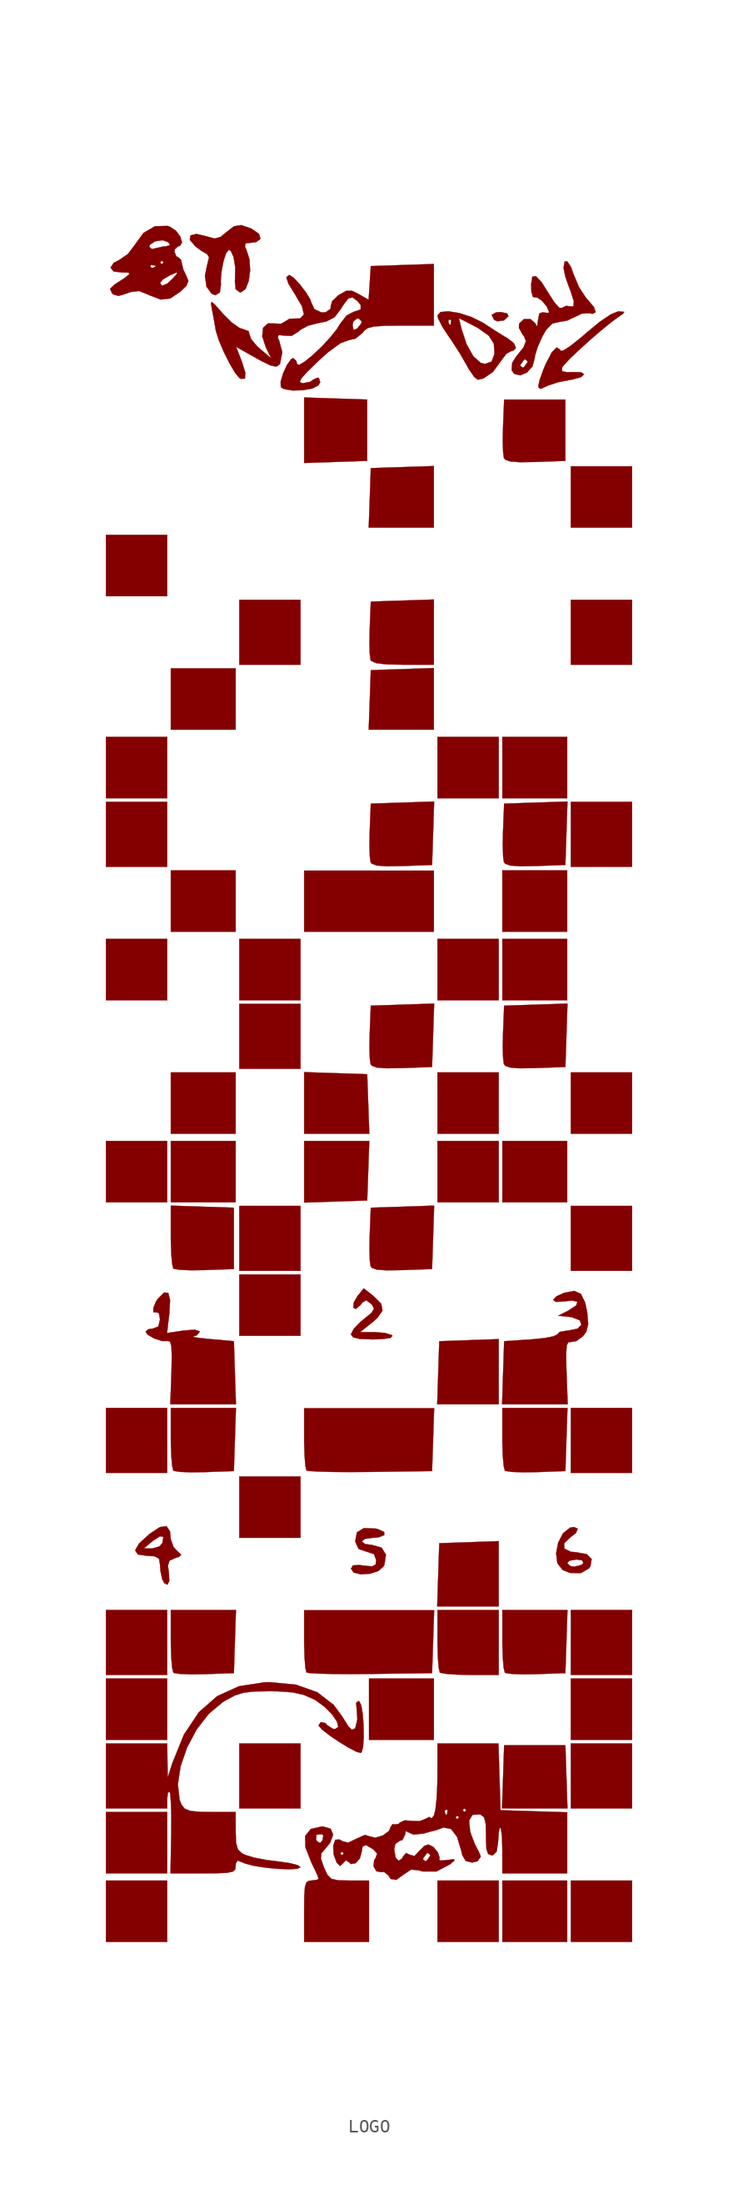
<source format=kicad_sym>
(kicad_symbol_lib
  (version 20220914)
  (generator bitmap2component)
  (symbol "LOGO"
    (pin_names
      (offset 1.016))
    (property "Reference" "#G"
      (at 0 63.676 0)
      (effects (font (size 1.27 1.27)) hide))
    (symbol "LOGO_0_0"
      (polyline (pts (xy -15.132 -62.014) (xy -15.132 -59.717) (xy -17.429 -59.717) (xy -19.726 -59.717) (xy -19.726 -62.014) (xy -19.726 -64.311) (xy -17.429 -64.311) (xy -15.132 -64.311) (xy -15.132 -62.014)) (stroke (width 0.01) (type default)) (fill (type outline)))
      (polyline (pts (xy 0 -62.014) (xy 0 -59.717) (xy -1.483 -59.717) (xy -2.295 -59.701) (xy -2.805 -59.594) (xy -3.105 -59.31) (xy -3.364 -58.761) (xy -3.4 -58.676) (xy -3.611 -58.059) (xy -3.562 -57.67) (xy -3.233 -57.275) (xy -2.919 -56.897) (xy -2.689 -56.282) (xy -2.874 -55.836) (xy -3.459 -55.664) (xy -3.538 -55.665) (xy -4.373 -55.857) (xy -4.785 -56.379) (xy -4.781 -56.632) (xy -3.974 -56.632) (xy -3.933 -56.278) (xy -3.538 -56.244) (xy -3.425 -56.336) (xy -3.488 -56.706) (xy -3.675 -56.912) (xy -3.911 -56.755) (xy -3.974 -56.632) (xy -4.781 -56.632) (xy -4.77 -57.218) (xy -4.323 -58.366) (xy -4.178 -58.657) (xy -3.895 -59.262) (xy -3.783 -59.571) (xy -3.884 -59.656) (xy -4.323 -59.717) (xy -4.504 -59.732) (xy -4.699 -59.862) (xy -4.807 -60.215) (xy -4.854 -60.897) (xy -4.864 -62.014) (xy -4.864 -64.311) (xy -2.432 -64.311) (xy 0 -64.311) (xy 0 -62.014)) (stroke (width 0.01) (type default)) (fill (type outline)))
      (polyline (pts (xy 9.728 -62.014) (xy 9.728 -59.717) (xy 7.431 -59.717) (xy 5.134 -59.717) (xy 5.134 -62.014) (xy 5.134 -64.311) (xy 7.431 -64.311) (xy 9.728 -64.311) (xy 9.728 -62.014)) (stroke (width 0.01) (type default)) (fill (type outline)))
      (polyline (pts (xy 14.862 -62.014) (xy 14.862 -59.717) (xy 12.43 -59.717) (xy 9.998 -59.717) (xy 9.998 -62.014) (xy 9.998 -64.311) (xy 12.43 -64.311) (xy 14.862 -64.311) (xy 14.862 -62.014)) (stroke (width 0.01) (type default)) (fill (type outline)))
      (polyline (pts (xy 19.726 -62.014) (xy 19.726 -59.717) (xy 17.429 -59.717) (xy 15.132 -59.717) (xy 15.132 -62.014) (xy 15.132 -64.311) (xy 17.429 -64.311) (xy 19.726 -64.311) (xy 19.726 -62.014)) (stroke (width 0.01) (type default)) (fill (type outline)))
      (polyline (pts (xy 2.657 -59.221) (xy 3.162 -58.89) (xy 3.799 -58.965) (xy 4.027 -59.036) (xy 5.063 -59.034) (xy 6.08 -58.495) (xy 6.404 -58.219) (xy 6.377 -58.115) (xy 5.868 -58.177) (xy 5.377 -58.221) (xy 5.25 -58.16) (xy 5.303 -58.024) (xy 5.166 -57.611) (xy 4.83 -57.201) (xy 4.451 -57.015) (xy 4.146 -57.123) (xy 3.729 -57.542) (xy 3.409 -57.881) (xy 3.054 -57.781) (xy 2.783 -57.651) (xy 2.542 -57.929) (xy 2.482 -58.059) (xy 2.381 -58.128) (xy 4.053 -58.128) (xy 4.063 -58.048) (xy 4.323 -57.69) (xy 4.427 -57.647) (xy 4.594 -57.794) (xy 4.583 -57.873) (xy 4.323 -58.231) (xy 4.22 -58.274) (xy 4.053 -58.128) (xy 2.381 -58.128) (xy 2.223 -58.237) (xy 1.992 -57.991) (xy 1.891 -57.404) (xy 1.97 -56.979) (xy 2.297 -56.745) (xy 2.508 -56.677) (xy 2.702 -56.285) (xy 2.757 -56.007) (xy 3 -56.123) (xy 3.327 -56.275) (xy 4.085 -56.195) (xy 4.09 -56.194) (xy 4.662 -56.035) (xy 4.936 -55.969) (xy 5.066 -55.933) (xy 5.511 -55.773) (xy 5.6 -55.744) (xy 6.152 -55.853) (xy 6.604 -56.443) (xy 6.917 -57.467) (xy 6.997 -57.814) (xy 7.254 -58.252) (xy 7.731 -58.366) (xy 8.136 -58.272) (xy 8.386 -57.916) (xy 8.191 -57.46) (xy 8.155 -57.414) (xy 7.929 -56.967) (xy 7.664 -56.279) (xy 7.583 -56.017) (xy 7.504 -55.231) (xy 7.759 -54.794) (xy 8.326 -54.762) (xy 8.367 -54.774) (xy 8.629 -54.98) (xy 8.752 -55.464) (xy 8.773 -56.355) (xy 8.771 -56.569) (xy 8.804 -57.345) (xy 8.934 -57.725) (xy 9.195 -57.825) (xy 9.303 -57.814) (xy 9.573 -57.543) (xy 9.677 -56.842) (xy 9.731 -56.083) (xy 9.814 -55.743) (xy 9.901 -55.87) (xy 9.97 -56.426) (xy 9.998 -57.375) (xy 9.998 -59.177) (xy 12.43 -59.177) (xy 14.862 -59.177) (xy 14.862 -56.89) (xy 14.862 -54.603) (xy 12.362 -54.526) (xy 9.863 -54.448) (xy 9.785 -51.948) (xy 9.707 -49.449) (xy 7.421 -49.449) (xy 5.134 -49.449) (xy 5.13 -51.948) (xy 5.123 -52.501) (xy 5.071 -53.582) (xy 4.98 -54.415) (xy 4.935 -54.583) (xy 5.675 -54.583) (xy 5.694 -54.44) (xy 5.855 -54.403) (xy 5.887 -54.442) (xy 5.886 -54.448) (xy 7.026 -54.448) (xy 7.161 -54.313) (xy 7.296 -54.448) (xy 7.161 -54.583) (xy 7.026 -54.448) (xy 5.886 -54.448) (xy 5.855 -54.763) (xy 5.773 -54.805) (xy 5.675 -54.583) (xy 4.935 -54.583) (xy 4.864 -54.853) (xy 4.756 -54.988) (xy 6.485 -54.988) (xy 6.62 -54.853) (xy 6.755 -54.988) (xy 6.62 -55.123) (xy 6.485 -54.988) (xy 4.756 -54.988) (xy 4.714 -55.042) (xy 4.598 -55.023) (xy 4.527 -54.945) (xy 4.214 -55.102) (xy 3.819 -55.264) (xy 3.163 -55.248) (xy 2.684 -55.207) (xy 2.308 -55.376) (xy 2.217 -55.479) (xy 1.873 -55.517) (xy 1.762 -55.485) (xy 1.619 -55.715) (xy 1.494 -56.005) (xy 1.035 -56.342) (xy 0.466 -56.509) (xy 0.033 -56.4) (xy -0.307 -56.298) (xy -0.95 -56.587) (xy -1.573 -56.879) (xy -2.002 -56.765) (xy -2.198 -56.646) (xy -2.524 -56.657) (xy -2.682 -57.095) (xy -2.652 -57.69) (xy -2.162 -57.69) (xy -2.027 -57.555) (xy -1.891 -57.69) (xy -2.027 -57.825) (xy -2.162 -57.69) (xy -2.652 -57.69) (xy -2.649 -57.765) (xy -2.428 -58.366) (xy -2.169 -58.625) (xy -1.925 -58.405) (xy -1.736 -58.202) (xy -1.496 -58.35) (xy -1.355 -58.478) (xy -1.004 -58.417) (xy -0.682 -58.054) (xy -0.54 -57.522) (xy -0.488 -57.167) (xy -0.22 -57.06) (xy 0.328 -57.384) (xy 0.609 -57.694) (xy 0.495 -58.033) (xy 0.386 -58.186) (xy 0.34 -58.645) (xy 0.551 -59.02) (xy 0.926 -59.087) (xy 1.126 -59.064) (xy 1.455 -59.329) (xy 1.62 -59.596) (xy 2.05 -59.662) (xy 2.657 -59.221)) (stroke (width 0.01) (type default)) (fill (type outline)))
      (polyline (pts (xy -15.132 -56.88) (xy -15.132 -54.583) (xy -17.429 -54.583) (xy -19.726 -54.583) (xy -19.726 -56.88) (xy -19.726 -59.177) (xy -17.429 -59.177) (xy -15.132 -59.177) (xy -15.132 -56.88)) (stroke (width 0.01) (type default)) (fill (type outline)))
      (polyline (pts (xy -11.435 -59.171) (xy -10.652 -59.136) (xy -10.22 -59.049) (xy -10.036 -58.887) (xy -9.998 -58.627) (xy -9.992 -58.452) (xy -9.861 -58.218) (xy -9.444 -58.373) (xy -9.305 -58.435) (xy -8.656 -58.608) (xy -7.789 -58.746) (xy -6.853 -58.838) (xy -5.998 -58.871) (xy -5.375 -58.834) (xy -5.134 -58.714) (xy -5.347 -58.564) (xy -5.965 -58.405) (xy -6.846 -58.284) (xy -7.662 -58.182) (xy -8.622 -57.998) (xy -9.278 -57.796) (xy -9.536 -57.666) (xy -9.838 -57.377) (xy -9.969 -56.887) (xy -9.998 -56.026) (xy -9.998 -54.583) (xy -11.88 -54.583) (xy -12.666 -54.572) (xy -13.392 -54.503) (xy -13.806 -54.343) (xy -14.042 -54.06) (xy -14.203 -53.667) (xy -14.333 -52.508) (xy -14.13 -51.162) (xy -13.642 -49.75) (xy -12.92 -48.396) (xy -12.011 -47.223) (xy -10.965 -46.352) (xy -10.774 -46.236) (xy -10.073 -45.859) (xy -9.415 -45.647) (xy -8.606 -45.554) (xy -7.452 -45.535) (xy -6.844 -45.543) (xy -5.737 -45.621) (xy -4.894 -45.81) (xy -4.126 -46.146) (xy -3.974 -46.232) (xy -3.312 -46.719) (xy -2.762 -47.282) (xy -2.401 -47.815) (xy -2.303 -48.212) (xy -2.544 -48.368) (xy -2.717 -48.345) (xy -3.107 -48.098) (xy -3.269 -47.925) (xy -3.611 -47.846) (xy -3.783 -48.09) (xy -3.779 -48.111) (xy -3.521 -48.406) (xy -2.958 -48.845) (xy -2.237 -49.335) (xy -1.505 -49.78) (xy -0.908 -50.085) (xy -0.593 -50.155) (xy -0.566 -50.131) (xy -0.446 -49.721) (xy -0.395 -48.989) (xy -0.405 -48.105) (xy -0.471 -47.244) (xy -0.585 -46.577) (xy -0.741 -46.277) (xy -0.785 -46.265) (xy -0.966 -46.399) (xy -0.915 -46.968) (xy -0.875 -47.643) (xy -1.011 -48.233) (xy -1.09 -48.353) (xy -1.288 -48.42) (xy -1.569 -48.132) (xy -2.011 -47.425) (xy -2.655 -46.552) (xy -3.885 -45.607) (xy -5.476 -45.045) (xy -7.445 -44.858) (xy -7.83 -44.865) (xy -9.75 -45.163) (xy -11.39 -45.908) (xy -12.762 -47.112) (xy -13.88 -48.785) (xy -14.754 -50.935) (xy -15.096 -52.016) (xy -15.114 -50.732) (xy -15.132 -49.449) (xy -17.429 -49.449) (xy -19.726 -49.449) (xy -19.726 -51.881) (xy -19.726 -54.313) (xy -17.429 -54.313) (xy -15.132 -54.313) (xy -15.132 -53.592) (xy -15.083 -53.143) (xy -14.956 -53.048) (xy -14.899 -53.286) (xy -14.85 -53.972) (xy -14.826 -54.983) (xy -14.832 -56.2) (xy -14.884 -59.177) (xy -12.441 -59.177) (xy -11.435 -59.171)) (stroke (width 0.01) (type default)) (fill (type outline)))
      (polyline (pts (xy -5.134 -51.881) (xy -5.134 -49.449) (xy -7.431 -49.449) (xy -9.728 -49.449) (xy -9.728 -51.881) (xy -9.728 -54.313) (xy -7.431 -54.313) (xy -5.134 -54.313) (xy -5.134 -51.881)) (stroke (width 0.01) (type default)) (fill (type outline)))
      (polyline (pts (xy 14.805 -51.948) (xy 14.727 -49.584) (xy 12.43 -49.584) (xy 10.133 -49.584) (xy 10.055 -51.948) (xy 9.977 -54.313) (xy 12.43 -54.313) (xy 14.883 -54.313) (xy 14.805 -51.948)) (stroke (width 0.01) (type default)) (fill (type outline)))
      (polyline (pts (xy 19.726 -51.881) (xy 19.726 -49.449) (xy 17.429 -49.449) (xy 15.132 -49.449) (xy 15.132 -51.881) (xy 15.132 -54.313) (xy 17.429 -54.313) (xy 19.726 -54.313) (xy 19.726 -51.881)) (stroke (width 0.01) (type default)) (fill (type outline)))
      (polyline (pts (xy -15.132 -46.882) (xy -15.132 -44.585) (xy -17.429 -44.585) (xy -19.726 -44.585) (xy -19.726 -46.882) (xy -19.726 -49.179) (xy -17.429 -49.179) (xy -15.132 -49.179) (xy -15.132 -46.882)) (stroke (width 0.01) (type default)) (fill (type outline)))
      (polyline (pts (xy 4.864 -46.882) (xy 4.864 -44.585) (xy 2.432 -44.585) (xy 0 -44.585) (xy 0 -46.882) (xy 0 -49.179) (xy 2.432 -49.179) (xy 4.864 -49.179) (xy 4.864 -46.882)) (stroke (width 0.01) (type default)) (fill (type outline)))
      (polyline (pts (xy 19.726 -46.882) (xy 19.726 -44.585) (xy 17.429 -44.585) (xy 15.132 -44.585) (xy 15.132 -46.882) (xy 15.132 -49.179) (xy 17.429 -49.179) (xy 19.726 -49.179) (xy 19.726 -46.882)) (stroke (width 0.01) (type default)) (fill (type outline)))
      (polyline (pts (xy -15.132 -41.883) (xy -15.132 -39.451) (xy -17.429 -39.451) (xy -19.726 -39.451) (xy -19.726 -41.883) (xy -19.726 -44.315) (xy -17.429 -44.315) (xy -15.132 -44.315) (xy -15.132 -41.883)) (stroke (width 0.01) (type default)) (fill (type outline)))
      (polyline (pts (xy -12.307 -44.257) (xy -10.133 -44.18) (xy -10.055 -41.815) (xy -9.977 -39.451) (xy -12.419 -39.451) (xy -14.862 -39.451) (xy -14.862 -41.703) (xy -14.859 -42.059) (xy -14.825 -43.062) (xy -14.759 -43.803) (xy -14.671 -44.145) (xy -14.627 -44.169) (xy -14.166 -44.24) (xy -13.345 -44.271) (xy -12.307 -44.257)) (stroke (width 0.01) (type default)) (fill (type outline)))
      (polyline (pts (xy 0.107 -44.242) (xy 4.729 -44.18) (xy 4.807 -41.826) (xy 4.885 -39.472) (xy 0.01 -39.472) (xy -4.864 -39.472) (xy -4.864 -41.713) (xy -4.862 -42.062) (xy -4.83 -43.06) (xy -4.769 -43.796) (xy -4.689 -44.13) (xy -4.482 -44.173) (xy -3.807 -44.216) (xy -2.756 -44.244) (xy -1.42 -44.253) (xy 0.107 -44.242)) (stroke (width 0.01) (type default)) (fill (type outline)))
      (polyline (pts (xy 9.728 -41.883) (xy 9.728 -39.451) (xy 7.431 -39.451) (xy 5.134 -39.451) (xy 5.134 -41.703) (xy 5.136 -42.06) (xy 5.169 -43.061) (xy 5.231 -43.798) (xy 5.314 -44.135) (xy 5.348 -44.155) (xy 5.786 -44.236) (xy 6.589 -44.293) (xy 7.611 -44.315) (xy 9.728 -44.315) (xy 9.728 -41.883)) (stroke (width 0.01) (type default)) (fill (type outline)))
      (polyline (pts (xy 12.552 -44.257) (xy 14.727 -44.18) (xy 14.805 -41.815) (xy 14.883 -39.451) (xy 12.44 -39.451) (xy 9.998 -39.451) (xy 9.998 -41.703) (xy 10 -42.059) (xy 10.034 -43.062) (xy 10.101 -43.803) (xy 10.188 -44.145) (xy 10.232 -44.169) (xy 10.694 -44.24) (xy 11.515 -44.271) (xy 12.552 -44.257)) (stroke (width 0.01) (type default)) (fill (type outline)))
      (polyline (pts (xy 19.726 -41.883) (xy 19.726 -39.451) (xy 17.429 -39.451) (xy 15.132 -39.451) (xy 15.132 -41.883) (xy 15.132 -44.315) (xy 17.429 -44.315) (xy 19.726 -44.315) (xy 19.726 -41.883)) (stroke (width 0.01) (type default)) (fill (type outline)))
      (polyline (pts (xy 9.728 -36.738) (xy 9.728 -34.295) (xy 7.498 -34.374) (xy 5.269 -34.452) (xy 5.191 -36.816) (xy 5.113 -39.181) (xy 7.42 -39.181) (xy 9.728 -39.181) (xy 9.728 -36.738)) (stroke (width 0.01) (type default)) (fill (type outline)))
      (polyline (pts (xy -14.977 -37.278) (xy -15.008 -36.651) (xy -15.077 -36.133) (xy -14.965 -35.76) (xy -14.547 -35.566) (xy -14.242 -35.472) (xy -14.087 -35.31) (xy -14.389 -35.026) (xy -14.661 -34.724) (xy -14.866 -34.152) (xy -14.923 -33.565) (xy -15.18 -33.175) (xy -15.68 -33.242) (xy -16.458 -33.757) (xy -16.461 -33.759) (xy -17.248 -34.477) (xy -17.453 -34.84) (xy -16.888 -34.84) (xy -16.242 -34.301) (xy -16.223 -34.286) (xy -15.674 -33.928) (xy -15.419 -33.982) (xy -15.495 -34.441) (xy -15.723 -34.693) (xy -16.272 -34.848) (xy -16.888 -34.84) (xy -17.453 -34.84) (xy -17.537 -34.989) (xy -17.327 -35.296) (xy -16.618 -35.398) (xy -16.076 -35.428) (xy -15.747 -35.609) (xy -15.672 -36.051) (xy -15.64 -36.522) (xy -15.508 -37.132) (xy -15.36 -37.427) (xy -15.121 -37.562) (xy -14.977 -37.278)) (stroke (width 0.01) (type default)) (fill (type outline)))
      (polyline (pts (xy 0.062 -36.738) (xy 0.69 -36.54) (xy 1.086 -36.198) (xy 1.159 -36.049) (xy 1.271 -35.312) (xy 0.95 -34.787) (xy 0.252 -34.587) (xy -0.306 -34.508) (xy -0.54 -34.317) (xy -0.308 -34.127) (xy 0.254 -34.047) (xy 0.711 -34.013) (xy 1.141 -33.845) (xy 1.137 -33.61) (xy 0.651 -33.389) (xy 0.503 -33.355) (xy -0.377 -33.319) (xy -0.904 -33.634) (xy -1.029 -34.273) (xy -1.016 -34.37) (xy -0.784 -34.882) (xy -0.203 -35.078) (xy -0.202 -35.078) (xy 0.373 -35.27) (xy 0.54 -35.721) (xy 0.493 -36.046) (xy 0.229 -36.187) (xy -0.405 -36.126) (xy -0.713 -36.084) (xy -1.21 -36.111) (xy -1.351 -36.361) (xy -1.144 -36.654) (xy -0.611 -36.78) (xy 0.062 -36.738)) (stroke (width 0.01) (type default)) (fill (type outline)))
      (polyline (pts (xy 16.48 -36.347) (xy 16.606 -36.169) (xy 16.695 -35.641) (xy 16.322 -35.269) (xy 15.546 -35.128) (xy 15.134 -35.094) (xy 14.646 -34.853) (xy 14.634 -34.454) (xy 15.132 -33.984) (xy 15.524 -33.672) (xy 15.654 -33.362) (xy 15.356 -33.236) (xy 15.078 -33.287) (xy 14.55 -33.706) (xy 14.186 -34.406) (xy 14.031 -35.213) (xy 14.126 -35.938) (xy 14.862 -35.938) (xy 15.038 -35.759) (xy 15.553 -35.668) (xy 15.982 -35.738) (xy 16.078 -35.938) (xy 15.903 -36.084) (xy 15.386 -36.209) (xy 15.087 -36.16) (xy 14.862 -35.938) (xy 14.126 -35.938) (xy 14.128 -35.954) (xy 14.524 -36.457) (xy 15.077 -36.677) (xy 15.879 -36.689) (xy 16.48 -36.347)) (stroke (width 0.01) (type default)) (fill (type outline)))
      (polyline (pts (xy -5.134 -31.75) (xy -5.134 -29.453) (xy -7.431 -29.453) (xy -9.728 -29.453) (xy -9.728 -31.75) (xy -9.728 -34.047) (xy -7.431 -34.047) (xy -5.134 -34.047) (xy -5.134 -31.75)) (stroke (width 0.01) (type default)) (fill (type outline)))
      (polyline (pts (xy -15.132 -26.751) (xy -15.132 -24.319) (xy -17.429 -24.319) (xy -19.726 -24.319) (xy -19.726 -26.751) (xy -19.726 -29.183) (xy -17.429 -29.183) (xy -15.132 -29.183) (xy -15.132 -26.751)) (stroke (width 0.01) (type default)) (fill (type outline)))
      (polyline (pts (xy -12.307 -29.125) (xy -10.133 -29.048) (xy -10.055 -26.683) (xy -9.977 -24.319) (xy -12.419 -24.319) (xy -14.862 -24.319) (xy -14.862 -26.571) (xy -14.859 -26.927) (xy -14.825 -27.93) (xy -14.759 -28.672) (xy -14.671 -29.013) (xy -14.627 -29.037) (xy -14.166 -29.108) (xy -13.345 -29.14) (xy -12.307 -29.125)) (stroke (width 0.01) (type default)) (fill (type outline)))
      (polyline (pts (xy 0.107 -29.11) (xy 4.729 -29.048) (xy 4.807 -26.694) (xy 4.885 -24.34) (xy 0.01 -24.34) (xy -4.864 -24.34) (xy -4.864 -26.581) (xy -4.862 -26.93) (xy -4.83 -27.928) (xy -4.769 -28.664) (xy -4.689 -28.998) (xy -4.482 -29.041) (xy -3.807 -29.084) (xy -2.756 -29.112) (xy -1.42 -29.121) (xy 0.107 -29.11)) (stroke (width 0.01) (type default)) (fill (type outline)))
      (polyline (pts (xy 12.552 -29.125) (xy 14.727 -29.048) (xy 14.805 -26.683) (xy 14.883 -24.319) (xy 12.44 -24.319) (xy 9.998 -24.319) (xy 9.998 -26.571) (xy 10 -26.927) (xy 10.034 -27.93) (xy 10.101 -28.672) (xy 10.188 -29.013) (xy 10.232 -29.037) (xy 10.694 -29.108) (xy 11.515 -29.14) (xy 12.552 -29.125)) (stroke (width 0.01) (type default)) (fill (type outline)))
      (polyline (pts (xy 19.726 -26.751) (xy 19.726 -24.319) (xy 17.429 -24.319) (xy 15.132 -24.319) (xy 15.132 -26.751) (xy 15.132 -29.183) (xy 17.429 -29.183) (xy 19.726 -29.183) (xy 19.726 -26.751)) (stroke (width 0.01) (type default)) (fill (type outline)))
      (polyline (pts (xy -10.055 -21.685) (xy -10.133 -19.32) (xy -11.889 -19.164) (xy -11.941 -19.16) (xy -12.732 -19.076) (xy -13.175 -19.005) (xy -13.173 -18.962) (xy -12.925 -18.894) (xy -12.7 -18.628) (xy -12.714 -18.573) (xy -13.082 -18.457) (xy -13.922 -18.525) (xy -15.144 -18.708) (xy -14.966 -17.19) (xy -14.918 -16.23) (xy -15.052 -15.706) (xy -15.362 -15.673) (xy -15.837 -16.145) (xy -15.973 -16.349) (xy -16.173 -16.831) (xy -16.169 -17.155) (xy -15.943 -17.159) (xy -15.758 -17.223) (xy -15.672 -17.683) (xy -15.793 -18.22) (xy -16.213 -18.375) (xy -16.526 -18.417) (xy -16.753 -18.601) (xy -16.604 -18.826) (xy -16.121 -19.11) (xy -15.53 -19.305) (xy -15.068 -19.309) (xy -14.92 -19.346) (xy -14.821 -19.687) (xy -14.788 -20.418) (xy -14.813 -21.613) (xy -14.9 -24.049) (xy -12.438 -24.049) (xy -9.977 -24.049) (xy -10.055 -21.685)) (stroke (width 0.01) (type default)) (fill (type outline)))
      (polyline (pts (xy 9.728 -21.606) (xy 9.728 -19.163) (xy 7.498 -19.242) (xy 5.269 -19.32) (xy 5.191 -21.685) (xy 5.113 -24.049) (xy 7.42 -24.049) (xy 9.728 -24.049) (xy 9.728 -21.606)) (stroke (width 0.01) (type default)) (fill (type outline)))
      (polyline (pts (xy 14.813 -21.659) (xy 14.797 -21.175) (xy 14.785 -20.201) (xy 14.83 -19.64) (xy 14.944 -19.397) (xy 15.143 -19.379) (xy 15.547 -19.312) (xy 16.053 -18.942) (xy 16.289 -18.619) (xy 16.435 -18.052) (xy 16.367 -17.191) (xy 16.217 -16.448) (xy 15.896 -15.782) (xy 15.39 -15.552) (xy 14.632 -15.699) (xy 14.062 -15.954) (xy 13.801 -16.227) (xy 14.026 -16.379) (xy 14.727 -16.33) (xy 15.228 -16.272) (xy 15.626 -16.369) (xy 15.533 -16.645) (xy 14.929 -17.039) (xy 14.186 -17.411) (xy 15.081 -17.506) (xy 15.208 -17.523) (xy 15.797 -17.75) (xy 15.932 -18.081) (xy 15.635 -18.384) (xy 14.926 -18.526) (xy 14.855 -18.528) (xy 14.308 -18.619) (xy 14.12 -18.796) (xy 14.117 -18.822) (xy 13.811 -18.96) (xy 13.117 -19.09) (xy 12.16 -19.185) (xy 10.133 -19.32) (xy 10.055 -21.685) (xy 9.977 -24.049) (xy 12.438 -24.049) (xy 14.9 -24.049) (xy 14.813 -21.659)) (stroke (width 0.01) (type default)) (fill (type outline)))
      (polyline (pts (xy 0.987 -19.165) (xy 1.613 -19.073) (xy 1.756 -18.915) (xy 1.686 -18.852) (xy 1.199 -18.703) (xy 0.457 -18.642) (xy -0.675 -18.639) (xy 0.203 -17.947) (xy 0.622 -17.587) (xy 1.013 -17.028) (xy 0.918 -16.515) (xy 0.343 -15.942) (xy -0.395 -15.362) (xy -0.871 -15.95) (xy -1.149 -16.429) (xy -1.173 -16.822) (xy -0.986 -16.907) (xy -0.632 -16.604) (xy -0.49 -16.42) (xy -0.204 -16.253) (xy 0.152 -16.52) (xy 0.244 -16.616) (xy 0.374 -16.891) (xy 0.184 -17.197) (xy -0.391 -17.669) (xy -0.647 -17.88) (xy -1.151 -18.402) (xy -1.351 -18.794) (xy -1.35 -18.823) (xy -1.183 -19.039) (xy -0.669 -19.152) (xy 0.286 -19.185) (xy 0.987 -19.165)) (stroke (width 0.01) (type default)) (fill (type outline)))
      (polyline (pts (xy -5.134 -16.618) (xy -5.134 -14.321) (xy -7.431 -14.321) (xy -9.728 -14.321) (xy -9.728 -16.618) (xy -9.728 -18.915) (xy -7.431 -18.915) (xy -5.134 -18.915) (xy -5.134 -16.618)) (stroke (width 0.01) (type default)) (fill (type outline)))
      (polyline (pts (xy -12.307 -13.993) (xy -10.133 -13.916) (xy -10.133 -11.619) (xy -10.133 -9.322) (xy -12.497 -9.244) (xy -14.862 -9.166) (xy -14.862 -11.428) (xy -14.859 -11.794) (xy -14.825 -12.798) (xy -14.759 -13.54) (xy -14.671 -13.881) (xy -14.627 -13.905) (xy -14.166 -13.976) (xy -13.345 -14.008) (xy -12.307 -13.993)) (stroke (width 0.01) (type default)) (fill (type outline)))
      (polyline (pts (xy -5.134 -11.619) (xy -5.134 -9.187) (xy -7.431 -9.187) (xy -9.728 -9.187) (xy -9.728 -11.619) (xy -9.728 -14.051) (xy -7.431 -14.051) (xy -5.134 -14.051) (xy -5.134 -11.619)) (stroke (width 0.01) (type default)) (fill (type outline)))
      (polyline (pts (xy 2.495 -13.995) (xy 4.729 -13.916) (xy 4.807 -11.541) (xy 4.885 -9.166) (xy 2.51 -9.244) (xy 0.135 -9.322) (xy 0.055 -11.324) (xy 0.051 -11.428) (xy 0.034 -12.445) (xy 0.058 -13.258) (xy 0.118 -13.699) (xy 0.21 -13.822) (xy 0.587 -13.959) (xy 1.318 -14.013) (xy 2.495 -13.995)) (stroke (width 0.01) (type default)) (fill (type outline)))
      (polyline (pts (xy 19.726 -11.619) (xy 19.726 -9.187) (xy 17.429 -9.187) (xy 15.132 -9.187) (xy 15.132 -11.619) (xy 15.132 -14.051) (xy 17.429 -14.051) (xy 19.726 -14.051) (xy 19.726 -11.619)) (stroke (width 0.01) (type default)) (fill (type outline)))
      (polyline (pts (xy -15.132 -6.62) (xy -15.132 -4.323) (xy -17.429 -4.323) (xy -19.726 -4.323) (xy -19.726 -6.62) (xy -19.726 -8.917) (xy -17.429 -8.917) (xy -15.132 -8.917) (xy -15.132 -6.62)) (stroke (width 0.01) (type default)) (fill (type outline)))
      (polyline (pts (xy -9.998 -6.62) (xy -9.998 -4.323) (xy -12.43 -4.323) (xy -14.862 -4.323) (xy -14.862 -6.62) (xy -14.862 -8.917) (xy -12.43 -8.917) (xy -9.998 -8.917) (xy -9.998 -6.62)) (stroke (width 0.01) (type default)) (fill (type outline)))
      (polyline (pts (xy -2.499 -8.86) (xy -0.135 -8.782) (xy -0.057 -6.553) (xy 0.022 -4.323) (xy -2.421 -4.323) (xy -4.864 -4.323) (xy -4.864 -6.631) (xy -4.864 -8.938) (xy -2.499 -8.86)) (stroke (width 0.01) (type default)) (fill (type outline)))
      (polyline (pts (xy 9.728 -6.62) (xy 9.728 -4.323) (xy 7.431 -4.323) (xy 5.134 -4.323) (xy 5.134 -6.62) (xy 5.134 -8.917) (xy 7.431 -8.917) (xy 9.728 -8.917) (xy 9.728 -6.62)) (stroke (width 0.01) (type default)) (fill (type outline)))
      (polyline (pts (xy 14.862 -6.62) (xy 14.862 -4.323) (xy 12.43 -4.323) (xy 9.998 -4.323) (xy 9.998 -6.62) (xy 9.998 -8.917) (xy 12.43 -8.917) (xy 14.862 -8.917) (xy 14.862 -6.62)) (stroke (width 0.01) (type default)) (fill (type outline)))
      (polyline (pts (xy -9.998 -1.486) (xy -9.998 0.811) (xy -12.43 0.811) (xy -14.862 0.811) (xy -14.862 -1.486) (xy -14.862 -3.783) (xy -12.43 -3.783) (xy -9.998 -3.783) (xy -9.998 -1.486)) (stroke (width 0.01) (type default)) (fill (type outline)))
      (polyline (pts (xy -0.057 -1.554) (xy -0.135 0.675) (xy -2.499 0.754) (xy -4.864 0.832) (xy -4.864 -1.476) (xy -4.864 -3.783) (xy -2.421 -3.783) (xy 0.022 -3.783) (xy -0.057 -1.554)) (stroke (width 0.01) (type default)) (fill (type outline)))
      (polyline (pts (xy 9.728 -1.486) (xy 9.728 0.811) (xy 7.431 0.811) (xy 5.134 0.811) (xy 5.134 -1.486) (xy 5.134 -3.783) (xy 7.431 -3.783) (xy 9.728 -3.783) (xy 9.728 -1.486)) (stroke (width 0.01) (type default)) (fill (type outline)))
      (polyline (pts (xy 19.726 -1.486) (xy 19.726 0.811) (xy 17.429 0.811) (xy 15.132 0.811) (xy 15.132 -1.486) (xy 15.132 -3.783) (xy 17.429 -3.783) (xy 19.726 -3.783) (xy 19.726 -1.486)) (stroke (width 0.01) (type default)) (fill (type outline)))
      (polyline (pts (xy -5.134 3.513) (xy -5.134 5.945) (xy -7.431 5.945) (xy -9.728 5.945) (xy -9.728 3.513) (xy -9.728 1.081) (xy -7.431 1.081) (xy -5.134 1.081) (xy -5.134 3.513)) (stroke (width 0.01) (type default)) (fill (type outline)))
      (polyline (pts (xy 2.495 1.137) (xy 4.729 1.216) (xy 4.807 3.591) (xy 4.885 5.966) (xy 2.51 5.888) (xy 0.135 5.81) (xy 0.055 3.808) (xy 0.051 3.704) (xy 0.034 2.687) (xy 0.058 1.874) (xy 0.118 1.433) (xy 0.21 1.31) (xy 0.587 1.173) (xy 1.318 1.119) (xy 2.495 1.137)) (stroke (width 0.01) (type default)) (fill (type outline)))
      (polyline (pts (xy 12.493 1.137) (xy 14.727 1.216) (xy 14.805 3.591) (xy 14.883 5.966) (xy 12.508 5.888) (xy 10.133 5.81) (xy 10.053 3.808) (xy 10.049 3.704) (xy 10.032 2.687) (xy 10.056 1.874) (xy 10.116 1.433) (xy 10.208 1.31) (xy 10.585 1.173) (xy 11.316 1.119) (xy 12.493 1.137)) (stroke (width 0.01) (type default)) (fill (type outline)))
      (polyline (pts (xy -15.132 8.512) (xy -15.132 10.809) (xy -17.429 10.809) (xy -19.726 10.809) (xy -19.726 8.512) (xy -19.726 6.215) (xy -17.429 6.215) (xy -15.132 6.215) (xy -15.132 8.512)) (stroke (width 0.01) (type default)) (fill (type outline)))
      (polyline (pts (xy -5.134 8.512) (xy -5.134 10.809) (xy -7.431 10.809) (xy -9.728 10.809) (xy -9.728 8.512) (xy -9.728 6.215) (xy -7.431 6.215) (xy -5.134 6.215) (xy -5.134 8.512)) (stroke (width 0.01) (type default)) (fill (type outline)))
      (polyline (pts (xy 9.728 8.512) (xy 9.728 10.809) (xy 7.431 10.809) (xy 5.134 10.809) (xy 5.134 8.512) (xy 5.134 6.215) (xy 7.431 6.215) (xy 9.728 6.215) (xy 9.728 8.512)) (stroke (width 0.01) (type default)) (fill (type outline)))
      (polyline (pts (xy 14.862 8.512) (xy 14.862 10.809) (xy 12.43 10.809) (xy 9.998 10.809) (xy 9.998 8.512) (xy 9.998 6.215) (xy 12.43 6.215) (xy 14.862 6.215) (xy 14.862 8.512)) (stroke (width 0.01) (type default)) (fill (type outline)))
      (polyline (pts (xy -9.998 13.646) (xy -9.998 15.943) (xy -12.43 15.943) (xy -14.862 15.943) (xy -14.862 13.646) (xy -14.862 11.349) (xy -12.43 11.349) (xy -9.998 11.349) (xy -9.998 13.646)) (stroke (width 0.01) (type default)) (fill (type outline)))
      (polyline (pts (xy 4.864 13.635) (xy 4.864 15.922) (xy 0 15.922) (xy -4.864 15.922) (xy -4.864 13.635) (xy -4.864 11.349) (xy 0 11.349) (xy 4.864 11.349) (xy 4.864 13.635)) (stroke (width 0.01) (type default)) (fill (type outline)))
      (polyline (pts (xy 14.862 13.646) (xy 14.862 15.943) (xy 12.43 15.943) (xy 9.998 15.943) (xy 9.998 13.646) (xy 9.998 11.349) (xy 12.43 11.349) (xy 14.862 11.349) (xy 14.862 13.646)) (stroke (width 0.01) (type default)) (fill (type outline)))
      (polyline (pts (xy -15.132 18.645) (xy -15.132 21.077) (xy -17.429 21.077) (xy -19.726 21.077) (xy -19.726 18.645) (xy -19.726 16.213) (xy -17.429 16.213) (xy -15.132 16.213) (xy -15.132 18.645)) (stroke (width 0.01) (type default)) (fill (type outline)))
      (polyline (pts (xy 2.495 16.269) (xy 4.729 16.348) (xy 4.807 18.723) (xy 4.885 21.098) (xy 2.51 21.02) (xy 0.135 20.942) (xy 0.055 18.94) (xy 0.051 18.835) (xy 0.034 17.819) (xy 0.058 17.006) (xy 0.118 16.565) (xy 0.21 16.442) (xy 0.587 16.305) (xy 1.318 16.251) (xy 2.495 16.269)) (stroke (width 0.01) (type default)) (fill (type outline)))
      (polyline (pts (xy 12.493 16.269) (xy 14.727 16.348) (xy 14.805 18.723) (xy 14.883 21.098) (xy 12.508 21.02) (xy 10.133 20.942) (xy 10.053 18.94) (xy 10.049 18.835) (xy 10.032 17.819) (xy 10.056 17.006) (xy 10.116 16.565) (xy 10.208 16.442) (xy 10.585 16.305) (xy 11.316 16.251) (xy 12.493 16.269)) (stroke (width 0.01) (type default)) (fill (type outline)))
      (polyline (pts (xy 19.726 18.645) (xy 19.726 21.077) (xy 17.429 21.077) (xy 15.132 21.077) (xy 15.132 18.645) (xy 15.132 16.213) (xy 17.429 16.213) (xy 19.726 16.213) (xy 19.726 18.645)) (stroke (width 0.01) (type default)) (fill (type outline)))
      (polyline (pts (xy -15.132 23.644) (xy -15.132 25.94) (xy -17.429 25.94) (xy -19.726 25.94) (xy -19.726 23.644) (xy -19.726 21.347) (xy -17.429 21.347) (xy -15.132 21.347) (xy -15.132 23.644)) (stroke (width 0.01) (type default)) (fill (type outline)))
      (polyline (pts (xy 9.728 23.644) (xy 9.728 25.94) (xy 7.431 25.94) (xy 5.134 25.94) (xy 5.134 23.644) (xy 5.134 21.347) (xy 7.431 21.347) (xy 9.728 21.347) (xy 9.728 23.644)) (stroke (width 0.01) (type default)) (fill (type outline)))
      (polyline (pts (xy 14.862 23.644) (xy 14.862 25.94) (xy 12.43 25.94) (xy 9.998 25.94) (xy 9.998 23.644) (xy 9.998 21.347) (xy 12.43 21.347) (xy 14.862 21.347) (xy 14.862 23.644)) (stroke (width 0.01) (type default)) (fill (type outline)))
      (polyline (pts (xy -9.998 28.778) (xy -9.998 31.075) (xy -12.43 31.075) (xy -14.862 31.075) (xy -14.862 28.778) (xy -14.862 26.481) (xy -12.43 26.481) (xy -9.998 26.481) (xy -9.998 28.778)) (stroke (width 0.01) (type default)) (fill (type outline)))
      (polyline (pts (xy 4.864 28.788) (xy 4.864 31.096) (xy 2.499 31.017) (xy 0.135 30.939) (xy 0.057 28.71) (xy -0.022 26.481) (xy 2.421 26.481) (xy 4.864 26.481) (xy 4.864 28.788)) (stroke (width 0.01) (type default)) (fill (type outline)))
      (polyline (pts (xy -5.134 33.777) (xy -5.134 36.209) (xy -7.431 36.209) (xy -9.728 36.209) (xy -9.728 33.777) (xy -9.728 31.345) (xy -7.431 31.345) (xy -5.134 31.345) (xy -5.134 33.777)) (stroke (width 0.01) (type default)) (fill (type outline)))
      (polyline (pts (xy 4.864 33.787) (xy 4.864 36.23) (xy 2.499 36.151) (xy 0.135 36.073) (xy 0.055 34.072) (xy 0.051 33.965) (xy 0.034 32.951) (xy 0.056 32.143) (xy 0.114 31.708) (xy 0.168 31.627) (xy 0.547 31.463) (xy 1.319 31.372) (xy 2.558 31.345) (xy 4.864 31.345) (xy 4.864 33.787)) (stroke (width 0.01) (type default)) (fill (type outline)))
      (polyline (pts (xy 19.726 33.777) (xy 19.726 36.209) (xy 17.429 36.209) (xy 15.132 36.209) (xy 15.132 33.777) (xy 15.132 31.345) (xy 17.429 31.345) (xy 19.726 31.345) (xy 19.726 33.777)) (stroke (width 0.01) (type default)) (fill (type outline)))
      (polyline (pts (xy -15.132 38.776) (xy -15.132 41.072) (xy -17.429 41.072) (xy -19.726 41.072) (xy -19.726 38.776) (xy -19.726 36.479) (xy -17.429 36.479) (xy -15.132 36.479) (xy -15.132 38.776)) (stroke (width 0.01) (type default)) (fill (type outline)))
      (polyline (pts (xy 4.864 43.92) (xy 4.864 46.227) (xy 2.499 46.149) (xy 0.135 46.071) (xy 0.057 43.842) (xy -0.022 41.613) (xy 2.421 41.613) (xy 4.864 41.613) (xy 4.864 43.92)) (stroke (width 0.01) (type default)) (fill (type outline)))
      (polyline (pts (xy 19.726 43.91) (xy 19.726 46.206) (xy 17.429 46.206) (xy 15.132 46.206) (xy 15.132 43.91) (xy 15.132 41.613) (xy 17.429 41.613) (xy 19.726 41.613) (xy 19.726 43.91)) (stroke (width 0.01) (type default)) (fill (type outline)))
      (polyline (pts (xy -2.499 46.534) (xy -0.135 46.612) (xy -0.135 48.908) (xy -0.135 51.205) (xy -2.499 51.283) (xy -4.864 51.361) (xy -4.864 48.908) (xy -4.864 46.456) (xy -2.499 46.534)) (stroke (width 0.01) (type default)) (fill (type outline)))
      (polyline (pts (xy 12.493 46.533) (xy 14.727 46.612) (xy 14.727 48.908) (xy 14.727 51.205) (xy 12.43 51.205) (xy 10.133 51.205) (xy 10.053 49.204) (xy 10.049 49.099) (xy 10.032 48.083) (xy 10.056 47.27) (xy 10.116 46.829) (xy 10.208 46.706) (xy 10.585 46.569) (xy 11.316 46.515) (xy 12.493 46.533)) (stroke (width 0.01) (type default)) (fill (type outline)))
      (polyline (pts (xy -4.959 51.907) (xy -4.241 52.035) (xy -3.803 52.262) (xy -3.661 52.495) (xy -3.751 52.807) (xy -3.854 52.847) (xy -4.186 52.696) (xy -4.401 52.535) (xy -4.947 52.431) (xy -5.019 52.434) (xy -5.189 52.525) (xy -5.078 52.783) (xy -4.643 53.272) (xy -3.843 54.052) (xy -3.064 54.754) (xy -2.127 55.436) (xy -1.481 55.664) (xy -1.008 55.773) (xy -0.478 56.204) (xy -0.362 56.363) (xy -0.085 56.563) (xy 0.384 56.679) (xy 1.161 56.732) (xy 2.362 56.745) (xy 4.864 56.745) (xy 4.864 59.052) (xy 4.864 61.359) (xy 2.499 61.281) (xy 0.135 61.203) (xy 0.054 59.94) (xy -0.028 58.677) (xy -0.771 59.104) (xy -1.257 59.346) (xy -1.694 59.355) (xy -2.256 59.043) (xy -2.309 59.008) (xy -2.757 58.58) (xy -2.869 58.218) (xy -2.885 58) (xy -3.239 57.748) (xy -3.568 57.729) (xy -4.095 57.978) (xy -4.323 58.462) (xy -4.402 58.704) (xy -4.732 59.24) (xy -5.193 59.839) (xy -5.648 60.327) (xy -5.958 60.528) (xy -6.014 60.525) (xy -6.197 60.355) (xy -6.044 59.886) (xy -5.539 59.067) (xy -5.024 58.191) (xy -4.882 57.583) (xy -5.158 57.281) (xy -5.857 57.26) (xy -5.96 57.259) (xy -6.346 57.021) (xy -6.601 56.88) (xy -7.152 56.902) (xy -7.574 56.909) (xy -7.941 56.58) (xy -8.006 55.946) (xy -7.735 55.11) (xy -7.326 54.29) (xy -8.189 55.018) (xy -8.386 55.196) (xy -8.832 55.723) (xy -8.973 56.11) (xy -9.021 56.325) (xy -9.423 56.474) (xy -9.714 56.569) (xy -10.304 56.986) (xy -10.943 57.623) (xy -11.002 57.691) (xy -11.535 58.297) (xy -11.793 58.524) (xy -11.849 58.402) (xy -11.774 57.961) (xy -11.642 57.258) (xy -11.498 56.429) (xy -11.484 56.355) (xy -11.264 55.656) (xy -10.893 54.782) (xy -10.455 53.904) (xy -10.034 53.193) (xy -9.715 52.819) (xy -9.607 52.76) (xy -9.301 52.775) (xy -9.276 53.217) (xy -9.536 54.057) (xy -9.968 55.158) (xy -8.46 54.307) (xy -8.118 54.118) (xy -7.382 53.76) (xy -6.951 53.669) (xy -6.722 53.817) (xy -6.665 53.917) (xy -6.502 54.753) (xy -6.744 55.642) (xy -6.844 55.856) (xy -6.779 56.039) (xy -6.296 55.99) (xy -5.804 55.974) (xy -5.248 56.323) (xy -5.151 56.424) (xy -4.565 56.741) (xy -3.771 56.943) (xy -3.209 57.049) (xy -2.587 57.366) (xy -2.102 58.001) (xy -1.938 58.272) (xy -1.554 58.774) (xy -1.236 58.858) (xy -0.865 58.582) (xy -0.621 58.285) (xy -0.628 57.953) (xy -1.148 57.777) (xy -1.679 57.504) (xy -2.164 56.88) (xy -2.239 56.76) (xy -1.235 56.76) (xy -1.172 57.06) (xy -0.888 57.285) (xy -0.755 57.267) (xy -0.54 57.048) (xy -0.582 56.902) (xy -0.888 56.523) (xy -1.158 56.409) (xy -1.235 56.76) (xy -2.239 56.76) (xy -2.416 56.474) (xy -2.935 55.827) (xy -3.572 55.148) (xy -4.232 54.525) (xy -4.82 54.046) (xy -5.242 53.798) (xy -5.404 53.87) (xy -5.443 54.092) (xy -5.688 54.313) (xy -5.838 54.236) (xy -6.149 53.802) (xy -6.441 53.169) (xy -6.625 52.545) (xy -6.613 52.139) (xy -6.371 51.987) (xy -5.741 51.888) (xy -4.959 51.907)) (stroke (width 0.01) (type default)) (fill (type outline)))
      (polyline (pts (xy 13.308 52.197) (xy 13.442 52.262) (xy 14.19 52.506) (xy 15.073 52.679) (xy 15.238 52.703) (xy 15.906 52.887) (xy 16.134 53.097) (xy 15.904 53.251) (xy 15.2 53.266) (xy 14.87 53.248) (xy 14.485 53.323) (xy 14.478 53.595) (xy 14.585 53.754) (xy 15.04 54.241) (xy 15.741 54.912) (xy 16.578 55.669) (xy 17.443 56.413) (xy 18.224 57.047) (xy 18.811 57.472) (xy 19.045 57.625) (xy 19.139 57.773) (xy 18.725 57.81) (xy 18.675 57.807) (xy 18.119 57.579) (xy 17.296 57.023) (xy 16.296 56.197) (xy 15.86 55.821) (xy 15.122 55.236) (xy 14.594 54.889) (xy 14.369 54.846) (xy 14.326 54.952) (xy 14.068 55.108) (xy 13.707 54.746) (xy 13.253 53.873) (xy 13.069 53.434) (xy 12.804 52.699) (xy 12.7 52.242) (xy 12.707 52.129) (xy 12.857 52) (xy 13.308 52.197)) (stroke (width 0.01) (type default)) (fill (type outline)))
      (polyline (pts (xy 8.586 52.789) (xy 9.292 53.277) (xy 9.867 54.051) (xy 9.893 54.1) (xy 10.301 54.634) (xy 10.703 54.853) (xy 10.82 54.864) (xy 11.018 55.073) (xy 10.855 55.434) (xy 10.382 55.803) (xy 10.16 55.929) (xy 9.494 56.341) (xy 8.719 56.849) (xy 8.515 56.979) (xy 7.647 57.402) (xy 6.744 57.689) (xy 5.937 57.816) (xy 5.356 57.76) (xy 5.134 57.496) (xy 5.181 57.304) (xy 6.74 57.304) (xy 7.779 56.774) (xy 8.159 56.571) (xy 8.971 55.999) (xy 9.361 55.399) (xy 9.409 54.667) (xy 9.399 54.586) (xy 9.191 54.047) (xy 8.701 53.876) (xy 8.372 53.952) (xy 7.818 54.456) (xy 7.314 55.353) (xy 6.921 56.551) (xy 6.74 57.304) (xy 5.181 57.304) (xy 5.186 57.283) (xy 5.32 57.015) (xy 5.945 57.015) (xy 5.964 57.158) (xy 6.125 57.195) (xy 6.157 57.155) (xy 6.125 56.835) (xy 6.043 56.792) (xy 5.945 57.015) (xy 5.32 57.015) (xy 5.484 56.686) (xy 5.956 55.962) (xy 6.185 55.636) (xy 6.819 54.655) (xy 7.334 53.759) (xy 7.5 53.462) (xy 7.88 52.91) (xy 8.151 52.691) (xy 8.586 52.789)) (stroke (width 0.01) (type default)) (fill (type outline)))
      (polyline (pts (xy 11.848 53.231) (xy 12.26 53.692) (xy 12.43 54.324) (xy 12.448 54.488) (xy 12.648 55.146) (xy 12.998 55.926) (xy 13.297 56.442) (xy 13.742 56.895) (xy 14.281 57.023) (xy 14.838 57.115) (xy 15.523 57.43) (xy 15.953 57.643) (xy 16.536 57.673) (xy 16.749 57.626) (xy 16.999 57.739) (xy 16.868 58.128) (xy 16.369 58.726) (xy 16.259 58.845) (xy 15.755 59.612) (xy 15.38 60.495) (xy 15.152 61.115) (xy 14.88 61.543) (xy 14.673 61.554) (xy 14.591 61.101) (xy 14.595 61.026) (xy 14.729 60.392) (xy 14.997 59.624) (xy 15.113 59.338) (xy 15.362 58.557) (xy 15.326 58.187) (xy 15.005 58.19) (xy 14.799 58.228) (xy 14.434 58.06) (xy 14.269 58.083) (xy 13.915 58.47) (xy 13.474 59.153) (xy 12.946 59.99) (xy 12.513 60.449) (xy 12.249 60.404) (xy 12.16 59.852) (xy 12.178 59.298) (xy 12.288 58.891) (xy 12.528 58.849) (xy 12.615 58.847) (xy 12.97 58.603) (xy 13.33 58.172) (xy 13.502 57.767) (xy 13.45 57.69) (xy 13.105 57.728) (xy 13.046 57.748) (xy 12.77 57.654) (xy 12.669 57.111) (xy 12.665 57.041) (xy 12.607 56.678) (xy 12.514 56.812) (xy 12.48 56.908) (xy 12.109 57.233) (xy 11.612 57.231) (xy 11.254 56.888) (xy 11.243 56.577) (xy 11.513 56.079) (xy 11.611 55.972) (xy 11.769 55.588) (xy 11.588 55.115) (xy 11.031 54.422) (xy 10.737 53.953) (xy 10.72 53.74) (xy 11.349 53.74) (xy 11.359 53.82) (xy 11.619 54.178) (xy 11.723 54.221) (xy 11.889 54.075) (xy 11.879 53.995) (xy 11.619 53.637) (xy 11.515 53.594) (xy 11.349 53.74) (xy 10.72 53.74) (xy 10.695 53.409) (xy 10.888 53.132) (xy 11.341 53.019) (xy 11.848 53.231)) (stroke (width 0.01) (type default)) (fill (type outline)))
      (polyline (pts (xy 10.124 57.135) (xy 10.46 57.454) (xy 10.355 57.659) (xy 9.874 57.758) (xy 9.521 57.733) (xy 9.198 57.544) (xy 9.377 57.186) (xy 9.621 57.067) (xy 10.124 57.135)) (stroke (width 0.01) (type default)) (fill (type outline)))
      (polyline (pts (xy -14.897 58.779) (xy -14.134 59.295) (xy -13.69 59.724) (xy -13.542 60.09) (xy -13.713 60.507) (xy -13.916 60.922) (xy -14.051 61.47) (xy -14.082 61.66) (xy -14.321 61.879) (xy -14.446 61.925) (xy -14.591 62.284) (xy -14.559 62.471) (xy -14.303 62.689) (xy -14.183 62.708) (xy -14.024 62.966) (xy -14.146 63.402) (xy -14.477 63.854) (xy -14.948 64.161) (xy -15.118 64.212) (xy -16.052 64.186) (xy -16.905 63.693) (xy -17.564 62.789) (xy -17.568 62.78) (xy -17.673 62.642) (xy -16.483 62.642) (xy -16.421 62.812) (xy -16.026 63.062) (xy -15.483 63.141) (xy -15.051 62.986) (xy -14.916 62.774) (xy -15.191 62.689) (xy -15.406 62.675) (xy -16.056 62.525) (xy -16.284 62.481) (xy -16.483 62.642) (xy -17.673 62.642) (xy -18.08 62.105) (xy -18.739 61.656) (xy -19.09 61.473) (xy -15.672 61.473) (xy -15.537 61.608) (xy -15.402 61.473) (xy -15.537 61.338) (xy -15.672 61.473) (xy -19.09 61.473) (xy -19.142 61.446) (xy -19.272 61.248) (xy -16.393 61.248) (xy -16.353 61.281) (xy -16.033 61.248) (xy -15.99 61.167) (xy -16.213 61.068) (xy -16.356 61.088) (xy -16.393 61.248) (xy -19.272 61.248) (xy -19.38 61.084) (xy -19.148 60.799) (xy -18.48 60.717) (xy -18.451 60.719) (xy -18.029 60.717) (xy -17.973 60.6) (xy -18.316 60.315) (xy -18.891 59.944) (xy -15.672 59.944) (xy -15.458 60.201) (xy -14.934 60.507) (xy -14.436 60.722) (xy -14.376 60.663) (xy -14.706 60.28) (xy -15.127 59.89) (xy -15.52 59.723) (xy -15.672 59.944) (xy -18.891 59.944) (xy -19.094 59.813) (xy -19.099 59.81) (xy -19.421 59.496) (xy -19.268 59.166) (xy -19.164 59.072) (xy -18.777 58.967) (xy -18.145 59.16) (xy -17.883 59.26) (xy -17.252 59.339) (xy -16.576 59.074) (xy -16.494 59.031) (xy -15.619 58.697) (xy -14.897 58.779)) (stroke (width 0.01) (type default)) (fill (type outline)))
      (polyline (pts (xy -11.186 59.224) (xy -11.106 59.81) (xy -11.117 60.082) (xy -11.056 60.827) (xy -10.907 61.588) (xy -10.712 62.181) (xy -10.513 62.419) (xy -10.368 62.344) (xy -10.152 61.876) (xy -10.032 61.117) (xy -10.044 60.229) (xy -10.057 60.072) (xy -10 59.473) (xy -9.695 59.239) (xy -9.611 59.233) (xy -9.261 59.483) (xy -9.02 60.081) (xy -8.914 60.876) (xy -8.964 61.712) (xy -9.197 62.437) (xy -9.3 62.652) (xy -9.264 62.904) (xy -8.791 62.96) (xy -8.473 62.994) (xy -8.139 63.237) (xy -8.247 63.612) (xy -8.795 63.997) (xy -8.856 64.025) (xy -9.588 64.273) (xy -10.132 64.182) (xy -10.733 63.715) (xy -11.124 63.39) (xy -11.581 63.263) (xy -12.225 63.442) (xy -12.94 63.609) (xy -13.384 63.503) (xy -13.44 63.175) (xy -13.034 62.691) (xy -12.543 62.327) (xy -12.139 62.097) (xy -11.994 61.855) (xy -12.15 61.229) (xy -12.303 60.474) (xy -12.189 59.665) (xy -11.798 59.127) (xy -11.517 59.024) (xy -11.186 59.224)) (stroke (width 0.01) (type default)) (fill (type outline))))))
</source>
